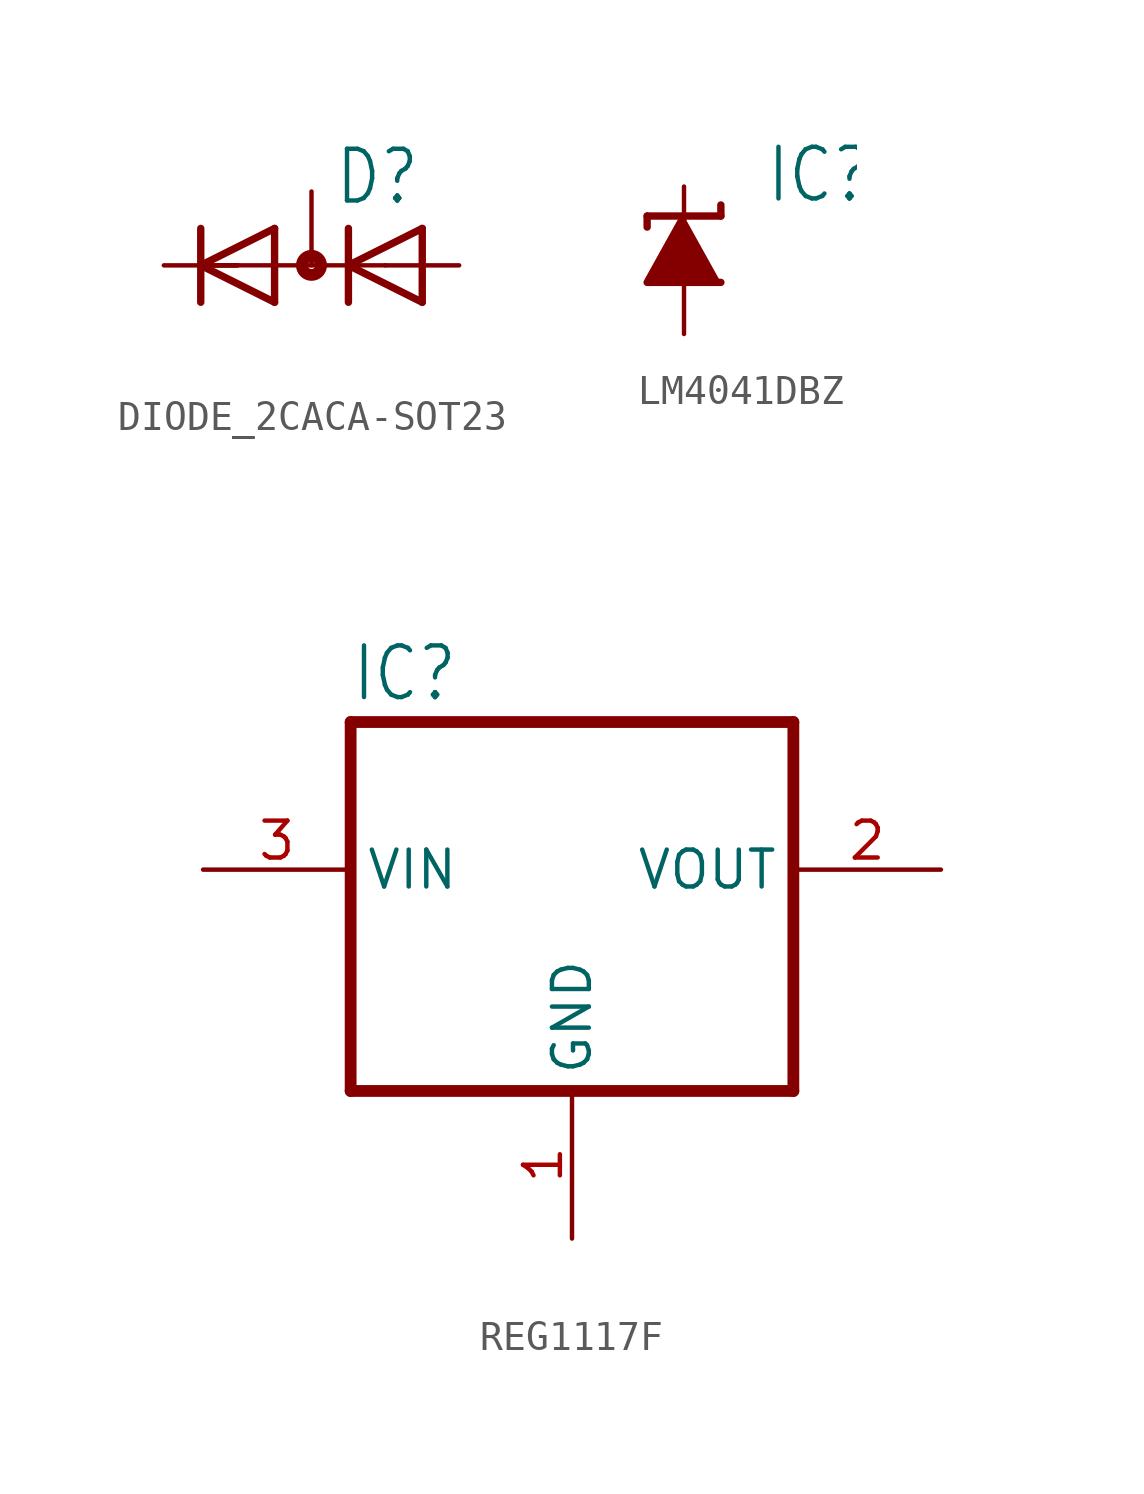
<source format=kicad_sym>
(kicad_symbol_lib
  (version 20231120)
  (generator "kicad_symbol_editor")
  (generator_version "8.0")
  (symbol "DIODE_2CACA-SOT23"
    (property "Reference" "D"
      (at 0.762 2.007 0)
      (effects (font (size 1.778 1.511)) (justify left bottom)))
    (property "Value" ""
      (at -4.826 -3.454 0)
      (effects (font (size 1.778 1.511)) (justify left bottom)))
    (property "ki_locked" ""
      (at 0 0 0)
      (effects (font (size 1.27 1.27))))
    (symbol "DIODE_2CACA-SOT23_1_0"
      (polyline (pts (xy -3.81 -1.27) (xy -3.81 0)) (stroke (width 0.254) (type solid)) (fill (type none)))
      (polyline (pts (xy -3.81 0) (xy -3.81 1.27)) (stroke (width 0.254) (type solid)) (fill (type none)))
      (polyline (pts (xy -3.81 0) (xy -1.27 -1.27)) (stroke (width 0.254) (type solid)) (fill (type none)))
      (polyline (pts (xy -3.81 0) (xy 1.27 0)) (stroke (width 0.152) (type solid)) (fill (type none)))
      (polyline (pts (xy -2.54 0) (xy -3.81 0)) (stroke (width 0.152) (type solid)) (fill (type none)))
      (polyline (pts (xy -1.27 -1.27) (xy -1.27 1.27)) (stroke (width 0.254) (type solid)) (fill (type none)))
      (polyline (pts (xy -1.27 1.27) (xy -3.81 0)) (stroke (width 0.254) (type solid)) (fill (type none)))
      (polyline (pts (xy 1.27 -1.27) (xy 1.27 0)) (stroke (width 0.254) (type solid)) (fill (type none)))
      (polyline (pts (xy 1.27 0) (xy 1.27 1.27)) (stroke (width 0.254) (type solid)) (fill (type none)))
      (polyline (pts (xy 1.27 0) (xy 3.81 -1.27)) (stroke (width 0.254) (type solid)) (fill (type none)))
      (polyline (pts (xy 2.54 0) (xy 1.27 0)) (stroke (width 0.152) (type solid)) (fill (type none)))
      (polyline (pts (xy 3.81 -1.27) (xy 3.81 1.27)) (stroke (width 0.254) (type solid)) (fill (type none)))
      (polyline (pts (xy 3.81 1.27) (xy 1.27 0)) (stroke (width 0.254) (type solid)) (fill (type none)))
      (circle (center 0 0) (radius 0.127) (stroke (width 0.406) (type solid)) (fill (type none)))
      (pin passive line (at 5.08 0 180) (length 2.54) (name "A" (effects (font (size 0 0)))) (number "1" (effects (font (size 0 0)))))
      (pin passive line (at -5.08 0 0) (length 2.54) (name "C" (effects (font (size 0 0)))) (number "2" (effects (font (size 0 0)))))
      (pin passive line (at 0 2.54 270) (length 2.54) (name "AC" (effects (font (size 0 0)))) (number "3" (effects (font (size 0 0)))))))
  (symbol "LM4041DBZ"
    (property "Reference" "IC"
      (at 2.794 1.905 0)
      (effects (font (size 1.778 1.511)) (justify left bottom)))
    (property "Value" ""
      (at 2.794 -0.889 0)
      (effects (font (size 1.778 1.511)) (justify left bottom)))
    (property "ki_locked" ""
      (at 0 0 0)
      (effects (font (size 1.27 1.27))))
    (symbol "LM4041DBZ_1_0"
      (polyline (pts (xy -1.27 1.524) (xy -1.27 1.143)) (stroke (width 0.254) (type solid)) (fill (type none)))
      (polyline (pts (xy 0 1.524) (xy -1.27 1.524)) (stroke (width 0.254) (type solid)) (fill (type none)))
      (polyline (pts (xy 1.27 1.524) (xy 0 1.524)) (stroke (width 0.254) (type solid)) (fill (type none)))
      (polyline (pts (xy 1.27 1.905) (xy 1.27 1.524)) (stroke (width 0.254) (type solid)) (fill (type none)))
      (polyline (pts (xy 0 1.524) (xy -1.27 -0.762) (xy 1.27 -0.762)) (stroke (width 0.254) (type solid)) (fill (type outline)))
      (pin passive line (at 0 2.54 270) (length 2.54) (name "C" (effects (font (size 0 0)))) (number "1" (effects (font (size 0 0)))))
      (pin passive line (at 0 -2.54 90) (length 2.54) (name "A" (effects (font (size 0 0)))) (number "2" (effects (font (size 0 0)))))))
  (symbol "REG1117F"
    (property "Reference" "IC"
      (at -7.62 5.715 0)
      (effects (font (size 1.778 1.511)) (justify left bottom)))
    (property "Value" ""
      (at -5.08 2.54 0)
      (effects (font (size 1.778 1.511)) (justify left bottom)))
    (property "ki_locked" ""
      (at 0 0 0)
      (effects (font (size 1.27 1.27))))
    (symbol "REG1117F_1_0"
      (polyline (pts (xy -7.62 -7.62) (xy 7.62 -7.62)) (stroke (width 0.406) (type solid)) (fill (type none)))
      (polyline (pts (xy -7.62 5.08) (xy -7.62 -7.62)) (stroke (width 0.406) (type solid)) (fill (type none)))
      (polyline (pts (xy 7.62 -7.62) (xy 7.62 5.08)) (stroke (width 0.406) (type solid)) (fill (type none)))
      (polyline (pts (xy 7.62 5.08) (xy -7.62 5.08)) (stroke (width 0.406) (type solid)) (fill (type none)))
      (pin power_in line (at 0 -12.7 90) (length 5.08) (name "GND" (effects (font (size 1.27 1.27)))) (number "1" (effects (font (size 1.27 1.27)))))
      (pin output line (at 12.7 0 180) (length 5.08) (name "VOUT" (effects (font (size 1.27 1.27)))) (number "2" (effects (font (size 1.27 1.27)))))
      (pin input line (at -12.7 0 0) (length 5.08) (name "VIN" (effects (font (size 1.27 1.27)))) (number "3" (effects (font (size 1.27 1.27))))))))
</source>
